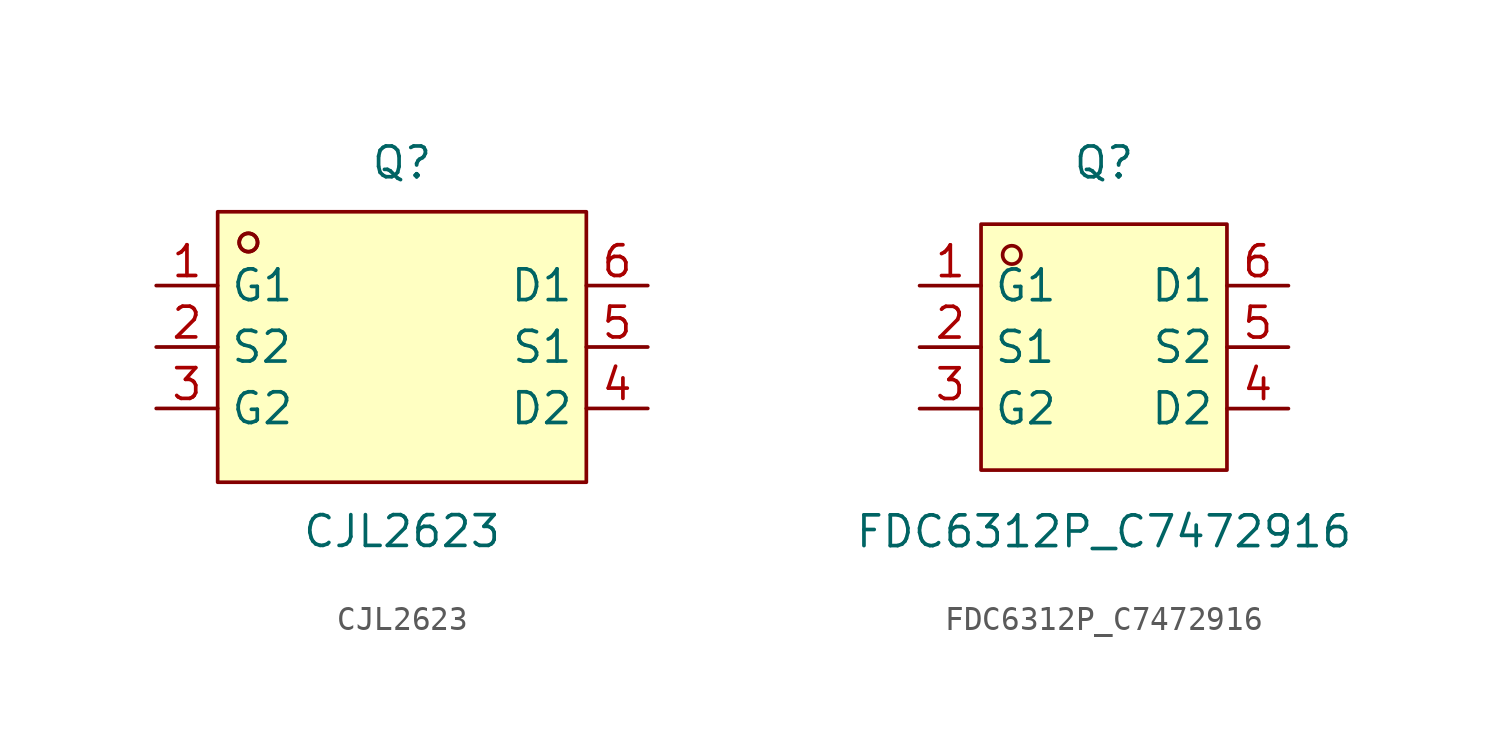
<source format=kicad_sym>
(kicad_symbol_lib
  (version 20211014)
  (generator https://github.com/uPesy/easyeda2kicad.py)
  (symbol "CJL2623"
    (property "Reference" "Q"
      (at 0 7.62 0)
      (effects (font (size 1.27 1.27))))
    (property "Value" "CJL2623"
      (at 0 -7.62 0)
      (effects (font (size 1.27 1.27))))
    (symbol "CJL2623_0_1"
      (rectangle (start -7.62 5.59) (end 7.62 -5.59) (stroke (width 0) (type default) (color 0 0 0 0)) (fill (type background)))
      (circle (center -6.35 4.32) (radius 0.38) (stroke (width 0) (type default) (color 0 0 0 0)) (fill (type none)))
      (circle (center -6.35 4.32) (radius 0.38) (stroke (width 0) (type default) (color 0 0 0 0)) (fill (type none)))
      (pin unspecified line (at -10.16 2.54 0) (length 2.54) (name "G1" (effects (font (size 1.27 1.27)))) (number "1" (effects (font (size 1.27 1.27)))))
      (pin unspecified line (at -10.16 -0.00 0) (length 2.54) (name "S2" (effects (font (size 1.27 1.27)))) (number "2" (effects (font (size 1.27 1.27)))))
      (pin unspecified line (at -10.16 -2.54 0) (length 2.54) (name "G2" (effects (font (size 1.27 1.27)))) (number "3" (effects (font (size 1.27 1.27)))))
      (pin unspecified line (at 10.16 -2.54 180) (length 2.54) (name "D2" (effects (font (size 1.27 1.27)))) (number "4" (effects (font (size 1.27 1.27)))))
      (pin unspecified line (at 10.16 -0.00 180) (length 2.54) (name "S1" (effects (font (size 1.27 1.27)))) (number "5" (effects (font (size 1.27 1.27)))))
      (pin unspecified line (at 10.16 2.54 180) (length 2.54) (name "D1" (effects (font (size 1.27 1.27)))) (number "6" (effects (font (size 1.27 1.27)))))))
  (symbol "FDC6312P_C7472916"
    (property "Reference" "Q"
      (at 0 7.62 0)
      (effects (font (size 1.27 1.27))))
    (property "Value" "FDC6312P_C7472916"
      (at 0 -7.62 0)
      (effects (font (size 1.27 1.27))))
    (symbol "FDC6312P_C7472916_0_1"
      (rectangle (start -5.08 5.08) (end 5.08 -5.08) (stroke (width 0) (type default) (color 0 0 0 0)) (fill (type background)))
      (circle (center -3.81 3.81) (radius 0.38) (stroke (width 0) (type default) (color 0 0 0 0)) (fill (type none)))
      (pin unspecified line (at 7.62 2.54 180) (length 2.54) (name "D1" (effects (font (size 1.27 1.27)))) (number "6" (effects (font (size 1.27 1.27)))))
      (pin unspecified line (at 7.62 -0.00 180) (length 2.54) (name "S2" (effects (font (size 1.27 1.27)))) (number "5" (effects (font (size 1.27 1.27)))))
      (pin unspecified line (at 7.62 -2.54 180) (length 2.54) (name "D2" (effects (font (size 1.27 1.27)))) (number "4" (effects (font (size 1.27 1.27)))))
      (pin unspecified line (at -7.62 -2.54 0) (length 2.54) (name "G2" (effects (font (size 1.27 1.27)))) (number "3" (effects (font (size 1.27 1.27)))))
      (pin unspecified line (at -7.62 -0.00 0) (length 2.54) (name "S1" (effects (font (size 1.27 1.27)))) (number "2" (effects (font (size 1.27 1.27)))))
      (pin unspecified line (at -7.62 2.54 0) (length 2.54) (name "G1" (effects (font (size 1.27 1.27)))) (number "1" (effects (font (size 1.27 1.27))))))))
</source>
